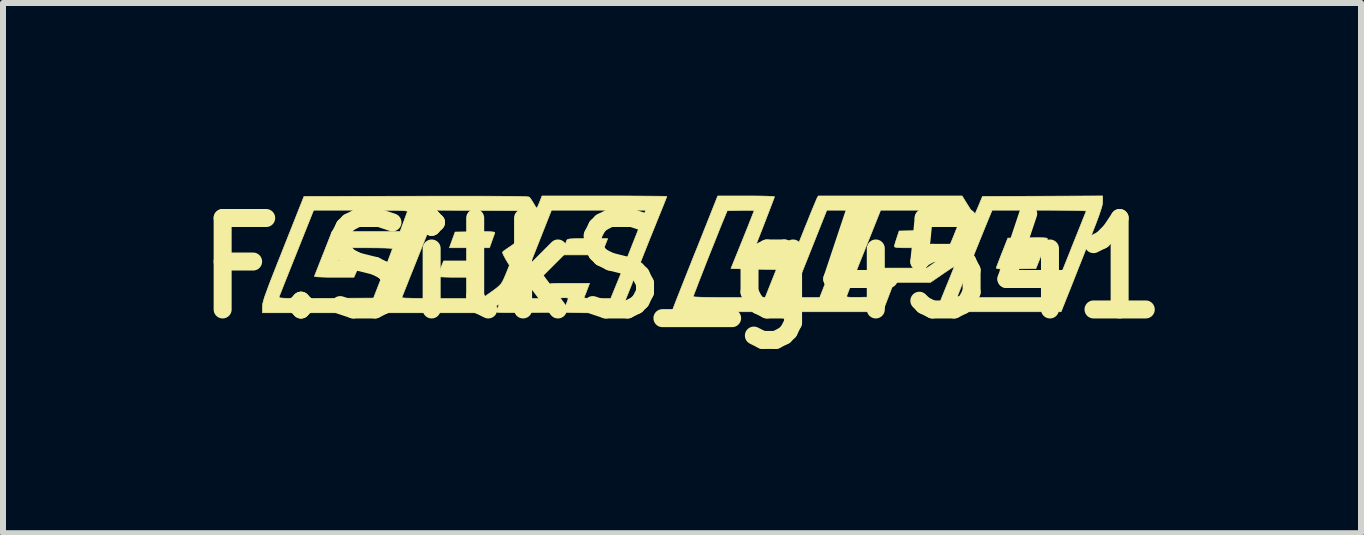
<source format=kicad_pcb>
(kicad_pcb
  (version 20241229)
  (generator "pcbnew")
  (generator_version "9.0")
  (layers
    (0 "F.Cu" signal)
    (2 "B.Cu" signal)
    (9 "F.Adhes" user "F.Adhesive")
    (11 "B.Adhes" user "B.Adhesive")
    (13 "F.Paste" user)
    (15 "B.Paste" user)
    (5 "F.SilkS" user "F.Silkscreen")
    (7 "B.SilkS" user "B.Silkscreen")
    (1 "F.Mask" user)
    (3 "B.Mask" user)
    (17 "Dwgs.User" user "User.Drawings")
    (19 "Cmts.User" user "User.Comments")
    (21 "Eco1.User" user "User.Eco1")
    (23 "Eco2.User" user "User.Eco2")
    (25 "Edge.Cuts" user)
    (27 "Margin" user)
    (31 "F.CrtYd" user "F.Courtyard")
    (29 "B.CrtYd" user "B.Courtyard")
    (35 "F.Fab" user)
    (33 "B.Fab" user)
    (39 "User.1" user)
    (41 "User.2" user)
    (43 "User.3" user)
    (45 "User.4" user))
  (footprint "F.SilkS_g4541"
    (layer "F.Cu")
    (at 8.317 1.418)
    (property "Reference" "F.SilkS_g4541" (at 0 0 0) (layer "F.SilkS") (effects (font (size 1.524 1.524) (thickness 0.3))))
    (attr through_hole)
    (fp_poly (pts (xy -3.241 -0.607) (xy -3.179 -0.605) (xy -3.141 -0.601) (xy -3.123 -0.596) (xy -3.12 -0.589) (xy -3.129 -0.563) (xy -3.146 -0.515) (xy -3.167 -0.456) (xy -3.168 -0.453) (xy -3.209 -0.339) (xy -3.877 -0.339) (xy -3.83 -0.47) (xy -3.782 -0.601) (xy -3.447 -0.606) (xy -3.329 -0.607) (xy -3.241 -0.607)) (stroke (width 0.01) (type solid)) (fill yes) (layer "F.SilkS"))
    (fp_poly (pts (xy -1.346 -0.22) (xy -1.68 -0.22) (xy -2.015 -0.22) (xy -1.974 -0.326) (xy -1.952 -0.385) (xy -1.932 -0.434) (xy -1.922 -0.461) (xy -1.915 -0.472) (xy -1.901 -0.479) (xy -1.875 -0.485) (xy -1.833 -0.488) (xy -1.77 -0.49) (xy -1.682 -0.491) (xy -1.575 -0.491) (xy -1.239 -0.491) (xy -1.346 -0.22)) (stroke (width 0.01) (type solid)) (fill yes) (layer "F.SilkS"))
    (fp_poly (pts (xy 4.069 -0.624) (xy 4.096 -0.622) (xy 4.098 -0.621) (xy 4.092 -0.6) (xy 4.078 -0.558) (xy 4.059 -0.504) (xy 4.039 -0.45) (xy 4.021 -0.404) (xy 4.012 -0.385) (xy 3.991 -0.339) (xy 3.765 -0.339) (xy 3.669 -0.339) (xy 3.603 -0.342) (xy 3.562 -0.347) (xy 3.542 -0.354) (xy 3.539 -0.361) (xy 3.544 -0.387) (xy 3.558 -0.435) (xy 3.577 -0.495) (xy 3.579 -0.5) (xy 3.618 -0.618) (xy 3.858 -0.623) (xy 3.944 -0.624) (xy 4.016 -0.624) (xy 4.069 -0.624)) (stroke (width 0.01) (type solid)) (fill yes) (layer "F.SilkS"))
    (fp_poly (pts (xy -3.532 -0.118) (xy -3.447 -0.117) (xy -3.388 -0.115) (xy -3.35 -0.111) (xy -3.328 -0.105) (xy -3.32 -0.097) (xy -3.319 -0.093) (xy -3.326 -0.065) (xy -3.343 -0.017) (xy -3.368 0.041) (xy -3.369 0.043) (xy -3.418 0.152) (xy -3.751 0.152) (xy -3.853 0.152) (xy -3.941 0.15) (xy -4.011 0.147) (xy -4.059 0.144) (xy -4.078 0.14) (xy -4.078 0.139) (xy -4.069 0.119) (xy -4.052 0.075) (xy -4.028 0.017) (xy -4.023 0.004) (xy -3.974 -0.119) (xy -3.646 -0.119) (xy -3.532 -0.118)) (stroke (width 0.01) (type solid)) (fill yes) (layer "F.SilkS"))
    (fp_poly (pts (xy 6.022 -0.505) (xy 6.06 -0.502) (xy 6.081 -0.498) (xy 6.09 -0.491) (xy 6.09 -0.481) (xy 6.089 -0.479) (xy 6.079 -0.453) (xy 6.06 -0.402) (xy 6.033 -0.333) (xy 6.001 -0.251) (xy 5.989 -0.22) (xy 5.898 0.008) (xy 5.564 0.013) (xy 5.45 0.014) (xy 5.365 0.015) (xy 5.306 0.014) (xy 5.268 0.011) (xy 5.247 0.007) (xy 5.239 -0.000356) (xy 5.239 -0.01) (xy 5.24 -0.012) (xy 5.249 -0.038) (xy 5.269 -0.089) (xy 5.296 -0.159) (xy 5.327 -0.24) (xy 5.34 -0.271) (xy 5.43 -0.5) (xy 5.764 -0.504) (xy 5.879 -0.506) (xy 5.963 -0.506) (xy 6.022 -0.505)) (stroke (width 0.01) (type solid)) (fill yes) (layer "F.SilkS"))
    (fp_poly (pts (xy 7.01 -1.111) (xy 7.009 -1.087) (xy 7.004 -1.058) (xy 6.996 -1.021) (xy 6.981 -0.974) (xy 6.961 -0.913) (xy 6.934 -0.837) (xy 6.898 -0.741) (xy 6.853 -0.625) (xy 6.798 -0.484) (xy 6.732 -0.317) (xy 6.68 -0.183) (xy 6.616 -0.023) (xy 6.556 0.129) (xy 6.501 0.269) (xy 6.451 0.394) (xy 6.408 0.501) (xy 6.374 0.587) (xy 6.349 0.649) (xy 6.335 0.684) (xy 6.333 0.69) (xy 6.317 0.728) (xy 4.234 0.728) (xy 4.266 0.648) (xy 4.283 0.606) (xy 4.31 0.54) (xy 4.338 0.468) (xy 4.593 0.468) (xy 4.598 0.474) (xy 4.611 0.479) (xy 4.635 0.483) (xy 4.674 0.485) (xy 4.728 0.488) (xy 4.803 0.489) (xy 4.899 0.49) (xy 5.021 0.491) (xy 5.17 0.491) (xy 5.351 0.491) (xy 5.373 0.491) (xy 6.16 0.491) (xy 6.446 -0.223) (xy 6.504 -0.37) (xy 6.559 -0.507) (xy 6.609 -0.632) (xy 6.653 -0.741) (xy 6.688 -0.83) (xy 6.715 -0.897) (xy 6.732 -0.939) (xy 6.737 -0.951) (xy 6.721 -0.954) (xy 6.676 -0.957) (xy 6.603 -0.959) (xy 6.506 -0.961) (xy 6.388 -0.963) (xy 6.253 -0.964) (xy 6.103 -0.965) (xy 5.955 -0.965) (xy 5.168 -0.965) (xy 5.117 -0.842) (xy 5.085 -0.763) (xy 5.045 -0.666) (xy 5 -0.555) (xy 4.951 -0.434) (xy 4.899 -0.306) (xy 4.847 -0.177) (xy 4.796 -0.049) (xy 4.747 0.073) (xy 4.702 0.185) (xy 4.663 0.283) (xy 4.631 0.364) (xy 4.608 0.423) (xy 4.595 0.456) (xy 4.593 0.461) (xy 4.593 0.468) (xy 4.338 0.468) (xy 4.344 0.456) (xy 4.382 0.36) (xy 4.418 0.273) (xy 4.456 0.18) (xy 4.489 0.098) (xy 4.515 0.033) (xy 4.532 -0.011) (xy 4.538 -0.028) (xy 4.538 -0.028) (xy 4.525 -0.021) (xy 4.489 0.001) (xy 4.435 0.037) (xy 4.368 0.082) (xy 4.341 0.101) (xy 4.143 0.237) (xy 3.837 0.237) (xy 3.531 0.238) (xy 3.344 0.728) (xy 1.588 0.728) (xy -0.168 0.728) (xy -0.143 0.658) (xy -0.132 0.629) (xy -0.11 0.572) (xy -0.078 0.49) (xy -0.073 0.477) (xy 0.186 0.477) (xy 0.203 0.48) (xy 0.249 0.483) (xy 0.322 0.486) (xy 0.417 0.488) (xy 0.53 0.49) (xy 0.659 0.491) (xy 0.786 0.491) (xy 1.385 0.491) (xy 1.832 0.491) (xy 2.295 0.491) (xy 2.302 0.472) (xy 2.743 0.472) (xy 2.754 0.481) (xy 2.787 0.486) (xy 2.846 0.488) (xy 2.935 0.488) (xy 2.965 0.487) (xy 3.187 0.483) (xy 3.217 0.406) (xy 3.236 0.357) (xy 3.263 0.287) (xy 3.293 0.209) (xy 3.31 0.165) (xy 3.373 0) (xy 4.081 0) (xy 4.229 -0.105) (xy 4.292 -0.151) (xy 4.346 -0.192) (xy 4.384 -0.223) (xy 4.398 -0.236) (xy 4.41 -0.26) (xy 4.432 -0.308) (xy 4.46 -0.374) (xy 4.493 -0.452) (xy 4.527 -0.535) (xy 4.56 -0.617) (xy 4.589 -0.691) (xy 4.612 -0.752) (xy 4.626 -0.792) (xy 4.628 -0.804) (xy 4.62 -0.828) (xy 4.599 -0.868) (xy 4.583 -0.893) (xy 4.538 -0.965) (xy 3.924 -0.965) (xy 3.31 -0.965) (xy 3.027 -0.256) (xy 2.968 -0.11) (xy 2.914 0.027) (xy 2.865 0.152) (xy 2.822 0.261) (xy 2.788 0.351) (xy 2.762 0.418) (xy 2.747 0.459) (xy 2.743 0.472) (xy 2.302 0.472) (xy 2.574 -0.221) (xy 2.632 -0.368) (xy 2.686 -0.506) (xy 2.734 -0.631) (xy 2.777 -0.74) (xy 2.812 -0.829) (xy 2.838 -0.896) (xy 2.854 -0.937) (xy 2.859 -0.949) (xy 2.845 -0.956) (xy 2.802 -0.961) (xy 2.735 -0.964) (xy 2.649 -0.965) (xy 2.639 -0.965) (xy 2.413 -0.965) (xy 2.123 -0.237) (xy 1.832 0.491) (xy 1.385 0.491) (xy 1.478 0.258) (xy 1.571 0.025) (xy 1.193 0.017) (xy 0.815 0.008) (xy 1.009 -0.471) (xy 1.057 -0.591) (xy 1.101 -0.7) (xy 1.138 -0.795) (xy 1.169 -0.872) (xy 1.19 -0.926) (xy 1.201 -0.955) (xy 1.202 -0.959) (xy 1.186 -0.961) (xy 1.143 -0.963) (xy 1.078 -0.963) (xy 0.998 -0.962) (xy 0.978 -0.961) (xy 0.754 -0.957) (xy 0.68 -0.779) (xy 0.649 -0.704) (xy 0.612 -0.611) (xy 0.569 -0.503) (xy 0.522 -0.385) (xy 0.472 -0.261) (xy 0.422 -0.135) (xy 0.373 -0.01) (xy 0.327 0.108) (xy 0.284 0.217) (xy 0.248 0.312) (xy 0.218 0.389) (xy 0.197 0.444) (xy 0.187 0.473) (xy 0.186 0.477) (xy -0.073 0.477) (xy -0.037 0.386) (xy 0.012 0.262) (xy 0.067 0.123) (xy 0.128 -0.03) (xy 0.192 -0.192) (xy 0.239 -0.307) (xy 0.595 -1.202) (xy 1.068 -1.202) (xy 1.191 -1.202) (xy 1.302 -1.201) (xy 1.396 -1.199) (xy 1.47 -1.196) (xy 1.52 -1.193) (xy 1.541 -1.19) (xy 1.541 -1.189) (xy 1.535 -1.171) (xy 1.518 -1.125) (xy 1.492 -1.056) (xy 1.458 -0.967) (xy 1.418 -0.864) (xy 1.374 -0.749) (xy 1.366 -0.728) (xy 1.32 -0.61) (xy 1.277 -0.501) (xy 1.24 -0.406) (xy 1.211 -0.328) (xy 1.189 -0.272) (xy 1.179 -0.243) (xy 1.178 -0.241) (xy 1.166 -0.203) (xy 1.863 -0.212) (xy 2.046 -0.669) (xy 2.094 -0.787) (xy 2.138 -0.897) (xy 2.178 -0.994) (xy 2.211 -1.073) (xy 2.235 -1.13) (xy 2.248 -1.161) (xy 2.25 -1.164) (xy 2.27 -1.202) (xy 3.469 -1.202) (xy 4.668 -1.202) (xy 4.767 -1.042) (xy 4.807 -0.979) (xy 4.842 -0.929) (xy 4.866 -0.898) (xy 4.876 -0.891) (xy 4.886 -0.909) (xy 4.905 -0.952) (xy 4.931 -1.011) (xy 4.946 -1.047) (xy 5.007 -1.194) (xy 6.009 -1.198) (xy 7.01 -1.203) (xy 7.01 -1.111)) (stroke (width 0.01) (type solid)) (fill yes) (layer "F.SilkS"))
    (fp_poly (pts (xy -1.11 -1.202) (xy -0.936 -1.202) (xy -0.776 -1.201) (xy -0.631 -1.2) (xy -0.506 -1.199) (xy -0.403 -1.198) (xy -0.325 -1.197) (xy -0.274 -1.195) (xy -0.254 -1.194) (xy -0.254 -1.193) (xy -0.26 -1.176) (xy -0.277 -1.132) (xy -0.303 -1.066) (xy -0.336 -0.984) (xy -0.374 -0.89) (xy -0.38 -0.876) (xy -0.417 -0.784) (xy -0.464 -0.667) (xy -0.519 -0.532) (xy -0.578 -0.384) (xy -0.639 -0.231) (xy -0.699 -0.079) (xy -0.734 0.008) (xy -0.788 0.144) (xy -0.839 0.272) (xy -0.886 0.39) (xy -0.927 0.492) (xy -0.961 0.575) (xy -0.986 0.634) (xy -0.998 0.665) (xy -1.035 0.745) (xy -1.498 0.745) (xy -1.62 0.745) (xy -1.731 0.743) (xy -1.825 0.741) (xy -1.9 0.739) (xy -1.949 0.736) (xy -1.97 0.733) (xy -1.97 0.732) (xy -1.968 0.711) (xy -1.956 0.669) (xy -1.937 0.619) (xy -1.916 0.565) (xy -1.901 0.523) (xy -1.897 0.504) (xy -1.912 0.496) (xy -1.95 0.494) (xy -1.975 0.494) (xy -2.053 0.5) (xy -2.1 0.618) (xy -2.147 0.737) (xy -2.601 0.741) (xy -2.723 0.742) (xy -2.834 0.742) (xy -2.929 0.742) (xy -3.005 0.741) (xy -3.056 0.739) (xy -3.078 0.737) (xy -3.09 0.725) (xy -3.086 0.698) (xy -3.074 0.667) (xy -3.057 0.627) (xy -3.049 0.603) (xy -3.048 0.601) (xy -3.061 0.607) (xy -3.096 0.628) (xy -3.145 0.66) (xy -3.162 0.671) (xy -3.275 0.745) (xy -6.993 0.745) (xy -6.993 0.648) (xy -6.992 0.624) (xy -6.989 0.596) (xy -6.981 0.563) (xy -6.969 0.52) (xy -6.958 0.485) (xy -6.716 0.485) (xy -6.712 0.491) (xy -6.7 0.496) (xy -6.677 0.499) (xy -6.64 0.502) (xy -6.587 0.504) (xy -6.514 0.505) (xy -6.419 0.506) (xy -6.3 0.506) (xy -6.152 0.505) (xy -5.974 0.504) (xy -5.934 0.504) (xy -5.142 0.5) (xy -5.139 0.493) (xy -4.671 0.493) (xy -4.656 0.496) (xy -4.61 0.5) (xy -4.536 0.502) (xy -4.437 0.505) (xy -4.317 0.506) (xy -4.177 0.508) (xy -4.022 0.508) (xy -4.005 0.508) (xy -3.334 0.508) (xy -2.761 0.508) (xy -2.305 0.508) (xy -2.272 0.419) (xy -2.252 0.362) (xy -2.234 0.312) (xy -2.228 0.292) (xy -2.223 0.279) (xy -2.214 0.27) (xy -2.198 0.263) (xy -2.169 0.258) (xy -2.122 0.256) (xy -2.054 0.254) (xy -1.96 0.254) (xy -1.879 0.254) (xy -1.541 0.254) (xy -1.583 0.365) (xy -1.605 0.423) (xy -1.624 0.468) (xy -1.635 0.492) (xy -1.635 0.492) (xy -1.623 0.499) (xy -1.581 0.504) (xy -1.512 0.507) (xy -1.42 0.508) (xy -1.417 0.508) (xy -1.189 0.508) (xy -1.101 0.293) (xy -1.071 0.22) (xy -1.033 0.127) (xy -0.99 0.019) (xy -0.943 -0.099) (xy -0.894 -0.223) (xy -0.844 -0.35) (xy -0.795 -0.474) (xy -0.748 -0.592) (xy -0.707 -0.699) (xy -0.671 -0.79) (xy -0.643 -0.862) (xy -0.625 -0.91) (xy -0.619 -0.927) (xy -0.607 -0.965) (xy -1.392 -0.965) (xy -2.176 -0.965) (xy -2.445 -0.284) (xy -2.503 -0.138) (xy -2.557 -0.000468) (xy -2.607 0.125) (xy -2.651 0.236) (xy -2.688 0.328) (xy -2.715 0.397) (xy -2.733 0.441) (xy -2.738 0.453) (xy -2.761 0.508) (xy -3.334 0.508) (xy -3.178 0.397) (xy -3.106 0.345) (xy -3.056 0.304) (xy -3.019 0.266) (xy -2.991 0.222) (xy -2.963 0.164) (xy -2.929 0.083) (xy -2.929 0.083) (xy -2.877 -0.046) (xy -2.939 -0.149) (xy -2.968 -0.202) (xy -2.987 -0.244) (xy -2.991 -0.266) (xy -2.991 -0.267) (xy -2.974 -0.283) (xy -2.935 -0.311) (xy -2.881 -0.348) (xy -2.855 -0.365) (xy -2.788 -0.413) (xy -2.737 -0.461) (xy -2.696 -0.517) (xy -2.66 -0.587) (xy -2.623 -0.682) (xy -2.614 -0.708) (xy -2.582 -0.798) (xy -2.671 -0.957) (xy -3.38 -0.961) (xy -4.089 -0.965) (xy -4.377 -0.244) (xy -4.436 -0.096) (xy -4.491 0.042) (xy -4.542 0.168) (xy -4.585 0.278) (xy -4.621 0.368) (xy -4.648 0.436) (xy -4.665 0.479) (xy -4.671 0.493) (xy -5.139 0.493) (xy -4.984 0.094) (xy -4.941 -0.016) (xy -4.903 -0.116) (xy -4.871 -0.202) (xy -4.846 -0.268) (xy -4.831 -0.31) (xy -4.826 -0.325) (xy -4.842 -0.329) (xy -4.888 -0.332) (xy -4.958 -0.335) (xy -5.047 -0.337) (xy -5.153 -0.338) (xy -5.23 -0.339) (xy -5.634 -0.339) (xy -5.679 -0.236) (xy -5.702 -0.183) (xy -5.718 -0.143) (xy -5.723 -0.126) (xy -5.708 -0.123) (xy -5.665 -0.12) (xy -5.602 -0.119) (xy -5.544 -0.119) (xy -5.364 -0.119) (xy -5.375 -0.076) (xy -5.388 -0.036) (xy -5.409 0.019) (xy -5.427 0.06) (xy -5.468 0.152) (xy -5.8 0.152) (xy -5.913 0.152) (xy -6.006 0.149) (xy -6.075 0.146) (xy -6.116 0.141) (xy -6.127 0.137) (xy -6.119 0.117) (xy -6.101 0.07) (xy -6.074 0.002) (xy -6.04 -0.085) (xy -6.001 -0.184) (xy -5.977 -0.244) (xy -5.834 -0.608) (xy -5.266 -0.609) (xy -4.699 -0.61) (xy -4.642 -0.766) (xy -4.616 -0.836) (xy -4.595 -0.894) (xy -4.58 -0.933) (xy -4.576 -0.944) (xy -4.581 -0.949) (xy -4.6 -0.953) (xy -4.637 -0.957) (xy -4.693 -0.96) (xy -4.771 -0.962) (xy -4.873 -0.963) (xy -5.003 -0.964) (xy -5.161 -0.965) (xy -5.35 -0.965) (xy -6.14 -0.965) (xy -6.422 -0.258) (xy -6.481 -0.111) (xy -6.536 0.027) (xy -6.586 0.152) (xy -6.63 0.262) (xy -6.666 0.353) (xy -6.693 0.422) (xy -6.71 0.465) (xy -6.715 0.479) (xy -6.716 0.485) (xy -6.958 0.485) (xy -6.952 0.466) (xy -6.927 0.398) (xy -6.896 0.312) (xy -6.856 0.207) (xy -6.806 0.08) (xy -6.746 -0.073) (xy -6.674 -0.253) (xy -6.647 -0.322) (xy -6.301 -1.194) (xy -4.435 -1.198) (xy -4.122 -1.199) (xy -3.841 -1.199) (xy -3.592 -1.199) (xy -3.373 -1.199) (xy -3.183 -1.198) (xy -3.02 -1.197) (xy -2.883 -1.196) (xy -2.772 -1.195) (xy -2.684 -1.193) (xy -2.619 -1.191) (xy -2.575 -1.188) (xy -2.551 -1.185) (xy -2.546 -1.183) (xy -2.525 -1.158) (xy -2.496 -1.114) (xy -2.476 -1.081) (xy -2.449 -1.036) (xy -2.429 -1.006) (xy -2.421 -0.999) (xy -2.411 -1.014) (xy -2.394 -1.051) (xy -2.373 -1.101) (xy -2.334 -1.202) (xy -1.294 -1.202) (xy -1.11 -1.202)) (stroke (width 0.01) (type solid)) (fill yes) (layer "F.SilkS")))
  (gr_rect
    (start -3 -3)
    (end 19.633 5.836)
    (stroke (width 0.1) (type default))
    (fill no)
    (layer "Edge.Cuts")))
</source>
